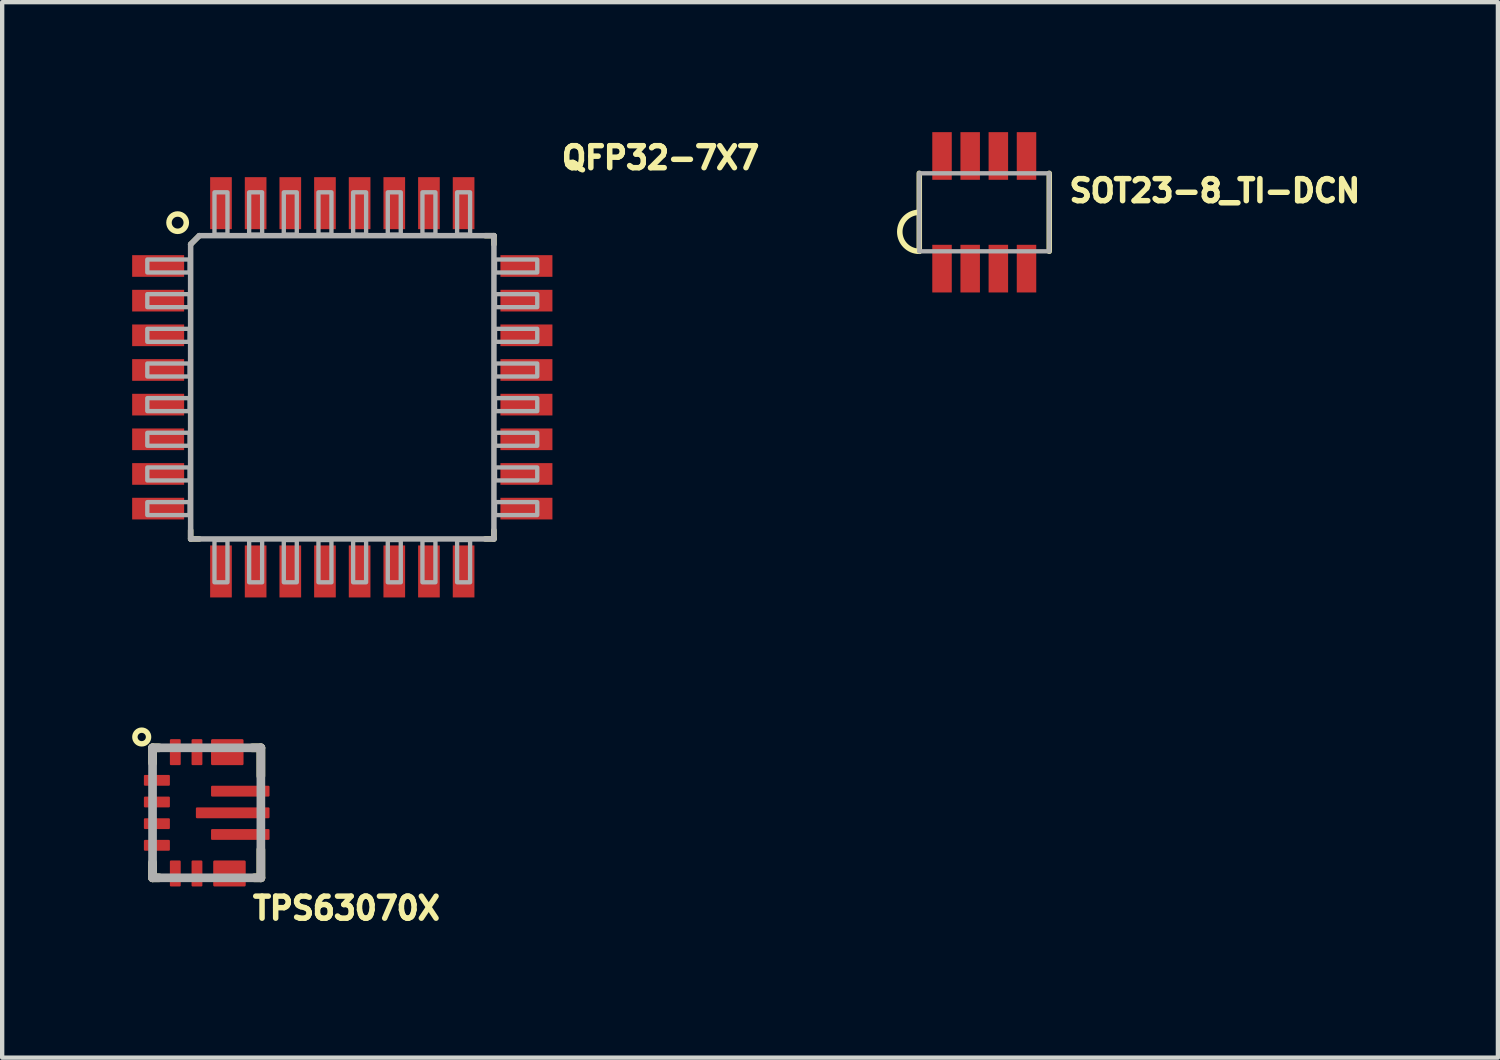
<source format=kicad_pcb>
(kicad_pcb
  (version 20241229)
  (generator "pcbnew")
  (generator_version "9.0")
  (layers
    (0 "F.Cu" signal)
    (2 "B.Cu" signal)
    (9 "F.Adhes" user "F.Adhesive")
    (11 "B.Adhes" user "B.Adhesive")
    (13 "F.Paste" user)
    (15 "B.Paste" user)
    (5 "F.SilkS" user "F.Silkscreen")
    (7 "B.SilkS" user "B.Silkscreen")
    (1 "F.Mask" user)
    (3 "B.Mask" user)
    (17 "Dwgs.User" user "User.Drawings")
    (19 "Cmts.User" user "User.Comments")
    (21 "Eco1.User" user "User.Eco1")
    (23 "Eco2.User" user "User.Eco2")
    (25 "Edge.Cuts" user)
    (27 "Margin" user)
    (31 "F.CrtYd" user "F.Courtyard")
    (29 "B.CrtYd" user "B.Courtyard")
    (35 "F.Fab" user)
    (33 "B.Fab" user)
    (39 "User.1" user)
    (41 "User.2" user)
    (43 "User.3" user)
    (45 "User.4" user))
  (footprint "SOT23-8_TI-DCN"
    (layer "F.Cu")
    (at 19.667 1.85)
    (property "Reference" "SOT23-8_TI-DCN" (at 1.9 -0.2 0) (layer "F.SilkS") (effects (font (size 0.508 0.508) (thickness 0.127)) (justify left bottom)))
    (fp_line (start -1.5 -0.9) (end -1.5 0) (stroke (width 0.127) (type solid)) (layer "F.SilkS"))
    (fp_line (start -1.5 0) (end -1.5 0.9) (stroke (width 0.127) (type solid)) (layer "F.SilkS"))
    (fp_line (start 1.5 -0.9) (end 1.5 0.9) (stroke (width 0.127) (type solid)) (layer "F.SilkS"))
    (fp_arc (start -1.5 0.9) (mid -1.95 0.45) (end -1.5 0) (stroke (width 0.127) (type solid)) (layer "F.SilkS"))
    (fp_line (start -1.5 -0.9) (end -1.5 0.9) (stroke (width 0.1) (type solid)) (layer "F.Fab"))
    (fp_line (start -1.5 0.9) (end 1.5 0.9) (stroke (width 0.1) (type solid)) (layer "F.Fab"))
    (fp_line (start 1.5 -0.9) (end -1.5 -0.9) (stroke (width 0.1) (type solid)) (layer "F.Fab"))
    (fp_line (start 1.5 0.9) (end 1.5 -0.9) (stroke (width 0.1) (type solid)) (layer "F.Fab"))
    (pad "1" smd rect (at -0.975 1.3 90) (size 1.1 0.45) (layers "F.Cu" "F.Mask" "F.Paste"))
    (pad "2" smd rect (at -0.325 1.3 90) (size 1.1 0.45) (layers "F.Cu" "F.Mask" "F.Paste"))
    (pad "3" smd rect (at 0.325 1.3 90) (size 1.1 0.45) (layers "F.Cu" "F.Mask" "F.Paste"))
    (pad "4" smd rect (at 0.975 1.3 90) (size 1.1 0.45) (layers "F.Cu" "F.Mask" "F.Paste"))
    (pad "5" smd rect (at 0.975 -1.3 90) (size 1.1 0.45) (layers "F.Cu" "F.Mask" "F.Paste"))
    (pad "6" smd rect (at 0.325 -1.3 90) (size 1.1 0.45) (layers "F.Cu" "F.Mask" "F.Paste"))
    (pad "7" smd rect (at -0.325 -1.3 90) (size 1.1 0.45) (layers "F.Cu" "F.Mask" "F.Paste"))
    (pad "8" smd rect (at -0.975 -1.3 90) (size 1.1 0.45) (layers "F.Cu" "F.Mask" "F.Paste")))
  (footprint "QFP32-7X7"
    (layer "F.Cu")
    (at 4.85 5.889)
    (property "Reference" "QFP32-7X7" (at 5 -5 0) (layer "F.SilkS") (effects (font (size 0.508 0.508) (thickness 0.127)) (justify left bottom)))
    (fp_line (start -3.5 -3.3) (end -3.3 -3.5) (stroke (width 0.127) (type solid)) (layer "F.SilkS"))
    (fp_line (start -3.5 3.5) (end -3.5 3.3) (stroke (width 0.127) (type solid)) (layer "F.SilkS"))
    (fp_line (start -3.3 3.5) (end -3.5 3.5) (stroke (width 0.127) (type solid)) (layer "F.SilkS"))
    (fp_line (start 3.3 -3.5) (end 3.5 -3.5) (stroke (width 0.127) (type solid)) (layer "F.SilkS"))
    (fp_line (start 3.5 -3.5) (end 3.5 -3.3) (stroke (width 0.127) (type solid)) (layer "F.SilkS"))
    (fp_line (start 3.5 3.3) (end 3.5 3.5) (stroke (width 0.127) (type solid)) (layer "F.SilkS"))
    (fp_line (start 3.5 3.5) (end 3.3 3.5) (stroke (width 0.127) (type solid)) (layer "F.SilkS"))
    (fp_circle (center -3.8 -3.8) (end -3.6 -3.8) (stroke (width 0.127) (type solid)) (fill no) (layer "F.SilkS"))
    (fp_line (start -3.5 -3.3) (end -3.5 3.5) (stroke (width 0.127) (type solid)) (layer "F.Fab"))
    (fp_line (start -3.3 -3.5) (end -3.5 -3.3) (stroke (width 0.127) (type solid)) (layer "F.Fab"))
    (fp_line (start 3.5 -3.5) (end -3.3 -3.5) (stroke (width 0.127) (type solid)) (layer "F.Fab"))
    (fp_line (start 3.5 -3.5) (end 3.5 3.5) (stroke (width 0.127) (type solid)) (layer "F.Fab"))
    (fp_line (start 3.5 3.5) (end -3.5 3.5) (stroke (width 0.127) (type solid)) (layer "F.Fab"))
    (fp_poly (pts (xy -4.5 -2.65) (xy -3.525 -2.65) (xy -3.525 -2.95) (xy -4.5 -2.95)) (stroke (width 0.1) (type solid)) (fill no) (layer "F.Fab"))
    (fp_poly (pts (xy -4.5 -1.85) (xy -3.525 -1.85) (xy -3.525 -2.15) (xy -4.5 -2.15)) (stroke (width 0.1) (type solid)) (fill no) (layer "F.Fab"))
    (fp_poly (pts (xy -4.5 -1.05) (xy -3.525 -1.05) (xy -3.525 -1.35) (xy -4.5 -1.35)) (stroke (width 0.1) (type solid)) (fill no) (layer "F.Fab"))
    (fp_poly (pts (xy -4.5 -0.25) (xy -3.525 -0.25) (xy -3.525 -0.55) (xy -4.5 -0.55)) (stroke (width 0.1) (type solid)) (fill no) (layer "F.Fab"))
    (fp_poly (pts (xy -4.5 0.55) (xy -3.525 0.55) (xy -3.525 0.25) (xy -4.5 0.25)) (stroke (width 0.1) (type solid)) (fill no) (layer "F.Fab"))
    (fp_poly (pts (xy -4.5 1.35) (xy -3.525 1.35) (xy -3.525 1.05) (xy -4.5 1.05)) (stroke (width 0.1) (type solid)) (fill no) (layer "F.Fab"))
    (fp_poly (pts (xy -4.5 2.15) (xy -3.525 2.15) (xy -3.525 1.85) (xy -4.5 1.85)) (stroke (width 0.1) (type solid)) (fill no) (layer "F.Fab"))
    (fp_poly (pts (xy -4.5 2.95) (xy -3.525 2.95) (xy -3.525 2.65) (xy -4.5 2.65)) (stroke (width 0.1) (type solid)) (fill no) (layer "F.Fab"))
    (fp_poly (pts (xy -2.95 -4.5) (xy -2.95 -3.525) (xy -2.65 -3.525) (xy -2.65 -4.5)) (stroke (width 0.1) (type solid)) (fill no) (layer "F.Fab"))
    (fp_poly (pts (xy -2.65 4.5) (xy -2.65 3.525) (xy -2.95 3.525) (xy -2.95 4.5)) (stroke (width 0.1) (type solid)) (fill no) (layer "F.Fab"))
    (fp_poly (pts (xy -2.15 -4.5) (xy -2.15 -3.525) (xy -1.85 -3.525) (xy -1.85 -4.5)) (stroke (width 0.1) (type solid)) (fill no) (layer "F.Fab"))
    (fp_poly (pts (xy -1.85 4.5) (xy -1.85 3.525) (xy -2.15 3.525) (xy -2.15 4.5)) (stroke (width 0.1) (type solid)) (fill no) (layer "F.Fab"))
    (fp_poly (pts (xy -1.35 -4.5) (xy -1.35 -3.525) (xy -1.05 -3.525) (xy -1.05 -4.5)) (stroke (width 0.1) (type solid)) (fill no) (layer "F.Fab"))
    (fp_poly (pts (xy -1.05 4.5) (xy -1.05 3.525) (xy -1.35 3.525) (xy -1.35 4.5)) (stroke (width 0.1) (type solid)) (fill no) (layer "F.Fab"))
    (fp_poly (pts (xy -0.55 -4.5) (xy -0.55 -3.525) (xy -0.25 -3.525) (xy -0.25 -4.5)) (stroke (width 0.1) (type solid)) (fill no) (layer "F.Fab"))
    (fp_poly (pts (xy -0.25 4.5) (xy -0.25 3.525) (xy -0.55 3.525) (xy -0.55 4.5)) (stroke (width 0.1) (type solid)) (fill no) (layer "F.Fab"))
    (fp_poly (pts (xy 0.25 -4.5) (xy 0.25 -3.525) (xy 0.55 -3.525) (xy 0.55 -4.5)) (stroke (width 0.1) (type solid)) (fill no) (layer "F.Fab"))
    (fp_poly (pts (xy 0.55 4.5) (xy 0.55 3.525) (xy 0.25 3.525) (xy 0.25 4.5)) (stroke (width 0.1) (type solid)) (fill no) (layer "F.Fab"))
    (fp_poly (pts (xy 1.05 -4.5) (xy 1.05 -3.525) (xy 1.35 -3.525) (xy 1.35 -4.5)) (stroke (width 0.1) (type solid)) (fill no) (layer "F.Fab"))
    (fp_poly (pts (xy 1.35 4.5) (xy 1.35 3.525) (xy 1.05 3.525) (xy 1.05 4.5)) (stroke (width 0.1) (type solid)) (fill no) (layer "F.Fab"))
    (fp_poly (pts (xy 1.85 -4.5) (xy 1.85 -3.525) (xy 2.15 -3.525) (xy 2.15 -4.5)) (stroke (width 0.1) (type solid)) (fill no) (layer "F.Fab"))
    (fp_poly (pts (xy 2.15 4.5) (xy 2.15 3.525) (xy 1.85 3.525) (xy 1.85 4.5)) (stroke (width 0.1) (type solid)) (fill no) (layer "F.Fab"))
    (fp_poly (pts (xy 2.65 -4.5) (xy 2.65 -3.525) (xy 2.95 -3.525) (xy 2.95 -4.5)) (stroke (width 0.1) (type solid)) (fill no) (layer "F.Fab"))
    (fp_poly (pts (xy 2.95 4.5) (xy 2.95 3.525) (xy 2.65 3.525) (xy 2.65 4.5)) (stroke (width 0.1) (type solid)) (fill no) (layer "F.Fab"))
    (fp_poly (pts (xy 4.5 -2.95) (xy 3.525 -2.95) (xy 3.525 -2.65) (xy 4.5 -2.65)) (stroke (width 0.1) (type solid)) (fill no) (layer "F.Fab"))
    (fp_poly (pts (xy 4.5 -2.15) (xy 3.525 -2.15) (xy 3.525 -1.85) (xy 4.5 -1.85)) (stroke (width 0.1) (type solid)) (fill no) (layer "F.Fab"))
    (fp_poly (pts (xy 4.5 -1.35) (xy 3.525 -1.35) (xy 3.525 -1.05) (xy 4.5 -1.05)) (stroke (width 0.1) (type solid)) (fill no) (layer "F.Fab"))
    (fp_poly (pts (xy 4.5 -0.55) (xy 3.525 -0.55) (xy 3.525 -0.25) (xy 4.5 -0.25)) (stroke (width 0.1) (type solid)) (fill no) (layer "F.Fab"))
    (fp_poly (pts (xy 4.5 0.25) (xy 3.525 0.25) (xy 3.525 0.55) (xy 4.5 0.55)) (stroke (width 0.1) (type solid)) (fill no) (layer "F.Fab"))
    (fp_poly (pts (xy 4.5 1.05) (xy 3.525 1.05) (xy 3.525 1.35) (xy 4.5 1.35)) (stroke (width 0.1) (type solid)) (fill no) (layer "F.Fab"))
    (fp_poly (pts (xy 4.5 1.85) (xy 3.525 1.85) (xy 3.525 2.15) (xy 4.5 2.15)) (stroke (width 0.1) (type solid)) (fill no) (layer "F.Fab"))
    (fp_poly (pts (xy 4.5 2.65) (xy 3.525 2.65) (xy 3.525 2.95) (xy 4.5 2.95)) (stroke (width 0.1) (type solid)) (fill no) (layer "F.Fab"))
    (pad "1" smd rect (at -4.25 -2.8 270) (size 0.5 1.2) (layers "F.Cu" "F.Mask" "F.Paste"))
    (pad "2" smd rect (at -4.25 -2 270) (size 0.5 1.2) (layers "F.Cu" "F.Mask" "F.Paste"))
    (pad "3" smd rect (at -4.25 -1.2 270) (size 0.5 1.2) (layers "F.Cu" "F.Mask" "F.Paste"))
    (pad "4" smd rect (at -4.25 -0.4 270) (size 0.5 1.2) (layers "F.Cu" "F.Mask" "F.Paste"))
    (pad "5" smd rect (at -4.25 0.4 270) (size 0.5 1.2) (layers "F.Cu" "F.Mask" "F.Paste"))
    (pad "6" smd rect (at -4.25 1.2 270) (size 0.5 1.2) (layers "F.Cu" "F.Mask" "F.Paste"))
    (pad "7" smd rect (at -4.25 2 270) (size 0.5 1.2) (layers "F.Cu" "F.Mask" "F.Paste"))
    (pad "8" smd rect (at -4.25 2.8 90) (size 0.5 1.2) (layers "F.Cu" "F.Mask" "F.Paste"))
    (pad "9" smd rect (at -2.8 4.25 270) (size 1.2 0.5) (layers "F.Cu" "F.Mask" "F.Paste"))
    (pad "10" smd rect (at -2 4.25 270) (size 1.2 0.5) (layers "F.Cu" "F.Mask" "F.Paste"))
    (pad "11" smd rect (at -1.2 4.25 270) (size 1.2 0.5) (layers "F.Cu" "F.Mask" "F.Paste"))
    (pad "12" smd rect (at -0.4 4.25 270) (size 1.2 0.5) (layers "F.Cu" "F.Mask" "F.Paste"))
    (pad "13" smd rect (at 0.4 4.25 270) (size 1.2 0.5) (layers "F.Cu" "F.Mask" "F.Paste"))
    (pad "14" smd rect (at 1.2 4.25 270) (size 1.2 0.5) (layers "F.Cu" "F.Mask" "F.Paste"))
    (pad "15" smd rect (at 2 4.25 270) (size 1.2 0.5) (layers "F.Cu" "F.Mask" "F.Paste"))
    (pad "16" smd rect (at 2.8 4.25 270) (size 1.2 0.5) (layers "F.Cu" "F.Mask" "F.Paste"))
    (pad "17" smd rect (at 4.25 2.8 270) (size 0.5 1.2) (layers "F.Cu" "F.Mask" "F.Paste"))
    (pad "18" smd rect (at 4.25 2 270) (size 0.5 1.2) (layers "F.Cu" "F.Mask" "F.Paste"))
    (pad "19" smd rect (at 4.25 1.2 270) (size 0.5 1.2) (layers "F.Cu" "F.Mask" "F.Paste"))
    (pad "20" smd rect (at 4.25 0.4 270) (size 0.5 1.2) (layers "F.Cu" "F.Mask" "F.Paste"))
    (pad "21" smd rect (at 4.25 -0.4 270) (size 0.5 1.2) (layers "F.Cu" "F.Mask" "F.Paste"))
    (pad "22" smd rect (at 4.25 -1.2 270) (size 0.5 1.2) (layers "F.Cu" "F.Mask" "F.Paste"))
    (pad "23" smd rect (at 4.25 -2 270) (size 0.5 1.2) (layers "F.Cu" "F.Mask" "F.Paste"))
    (pad "24" smd rect (at 4.25 -2.8 270) (size 0.5 1.2) (layers "F.Cu" "F.Mask" "F.Paste"))
    (pad "25" smd rect (at 2.8 -4.25 270) (size 1.2 0.5) (layers "F.Cu" "F.Mask" "F.Paste"))
    (pad "26" smd rect (at 2 -4.25 270) (size 1.2 0.5) (layers "F.Cu" "F.Mask" "F.Paste"))
    (pad "27" smd rect (at 1.2 -4.25 270) (size 1.2 0.5) (layers "F.Cu" "F.Mask" "F.Paste"))
    (pad "28" smd rect (at 0.4 -4.25 270) (size 1.2 0.5) (layers "F.Cu" "F.Mask" "F.Paste"))
    (pad "29" smd rect (at -0.4 -4.25 270) (size 1.2 0.5) (layers "F.Cu" "F.Mask" "F.Paste"))
    (pad "30" smd rect (at -1.2 -4.25 270) (size 1.2 0.5) (layers "F.Cu" "F.Mask" "F.Paste"))
    (pad "31" smd rect (at -2 -4.25 270) (size 1.2 0.5) (layers "F.Cu" "F.Mask" "F.Paste"))
    (pad "32" smd rect (at -2.8 -4.25 270) (size 1.2 0.5) (layers "F.Cu" "F.Mask" "F.Paste")))
  (footprint "TPS63070X"
    (layer "F.Cu")
    (at 1.721 15.71)
    (property "Reference" "TPS63070X" (at 1 2.5 0) (layer "F.SilkS") (effects (font (size 0.508 0.508) (thickness 0.127)) (justify left bottom)))
    (fp_poly (pts (xy -0.8 -0.575) (xy -1.5 -0.575) (xy -1.5 -0.925) (xy -0.8 -0.925)) (stroke (width 0) (type solid)) (fill yes) (layer "F.Mask"))
    (fp_poly (pts (xy -0.8 -0.075) (xy -1.5 -0.075) (xy -1.5 -0.425) (xy -0.8 -0.425)) (stroke (width 0) (type solid)) (fill yes) (layer "F.Mask"))
    (fp_poly (pts (xy -0.8 0.425) (xy -1.5 0.425) (xy -1.5 0.075) (xy -0.8 0.075)) (stroke (width 0) (type solid)) (fill yes) (layer "F.Mask"))
    (fp_poly (pts (xy -0.8 0.925) (xy -1.5 0.925) (xy -1.5 0.575) (xy -0.8 0.575)) (stroke (width 0) (type solid)) (fill yes) (layer "F.Mask"))
    (fp_poly (pts (xy -0.55 -1.05) (xy -0.9 -1.05) (xy -0.9 -1.75) (xy -0.55 -1.75)) (stroke (width 0) (type solid)) (fill yes) (layer "F.Mask"))
    (fp_poly (pts (xy -0.55 1.75) (xy -0.9 1.75) (xy -0.9 1.05) (xy -0.55 1.05)) (stroke (width 0) (type solid)) (fill yes) (layer "F.Mask"))
    (fp_poly (pts (xy -0.05 -1.05) (xy -0.4 -1.05) (xy -0.4 -1.75) (xy -0.05 -1.75)) (stroke (width 0) (type solid)) (fill yes) (layer "F.Mask"))
    (fp_poly (pts (xy -0.05 1.75) (xy -0.4 1.75) (xy -0.4 1.05) (xy -0.05 1.05)) (stroke (width 0) (type solid)) (fill yes) (layer "F.Mask"))
    (fp_poly (pts (xy 1.45 -0.375) (xy 0.1 -0.375) (xy 0.1 -0.625) (xy 1.45 -0.625)) (stroke (width 0) (type solid)) (fill yes) (layer "F.Mask"))
    (fp_poly (pts (xy 1.45 0.125) (xy -0.25 0.125) (xy -0.25 -0.125) (xy 1.45 -0.125)) (stroke (width 0) (type solid)) (fill yes) (layer "F.Mask"))
    (fp_poly (pts (xy 1.45 0.625) (xy 0.1 0.625) (xy 0.1 0.375) (xy 1.45 0.375)) (stroke (width 0) (type solid)) (fill yes) (layer "F.Mask"))
    (fp_poly (pts (xy 0.35 -1.35) (xy 0.6 -1.35) (xy 0.6 -1.7) (xy 0.85 -1.7) (xy 0.85 -1.1) (xy 0.1 -1.1) (xy 0.1 -1.7) (xy 0.35 -1.7)) (stroke (width 0) (type solid)) (fill yes) (layer "F.Mask"))
    (fp_poly (pts (xy 0.9 1.7) (xy 0.65 1.7) (xy 0.65 1.35) (xy 0.4 1.35) (xy 0.4 1.7) (xy 0.15 1.7) (xy 0.15 1.1) (xy 0.9 1.1)) (stroke (width 0) (type solid)) (fill yes) (layer "F.Mask"))
    (fp_line (start -1.25 -1.5) (end -1.25 -1.15) (stroke (width 0.2) (type solid)) (layer "F.SilkS"))
    (fp_line (start -1.25 1.15) (end -1.25 1.5) (stroke (width 0.2) (type solid)) (layer "F.SilkS"))
    (fp_line (start -1.25 1.5) (end -1.1 1.5) (stroke (width 0.2) (type solid)) (layer "F.SilkS"))
    (fp_line (start -1.1 -1.5) (end -1.25 -1.5) (stroke (width 0.2) (type solid)) (layer "F.SilkS"))
    (fp_line (start 1.1 1.5) (end 1.25 1.5) (stroke (width 0.2) (type solid)) (layer "F.SilkS"))
    (fp_line (start 1.25 -1.5) (end 1.05 -1.5) (stroke (width 0.2) (type solid)) (layer "F.SilkS"))
    (fp_line (start 1.25 -0.85) (end 1.25 -1.5) (stroke (width 0.2) (type solid)) (layer "F.SilkS"))
    (fp_line (start 1.25 1.5) (end 1.25 0.85) (stroke (width 0.2) (type solid)) (layer "F.SilkS"))
    (fp_circle (center -1.5 -1.75) (end -1.342 -1.75) (stroke (width 0.125) (type solid)) (fill no) (layer "F.SilkS"))
    (fp_poly (pts (xy 0.5 0.125) (xy -0.225 0.125) (xy -0.225 -0.125) (xy 0.5 -0.125)) (stroke (width 0) (type solid)) (fill yes) (layer "F.Paste"))
    (fp_poly (pts (xy 0.675 -0.375) (xy 0.1 -0.375) (xy 0.1 -0.625) (xy 0.675 -0.625)) (stroke (width 0) (type solid)) (fill yes) (layer "F.Paste"))
    (fp_poly (pts (xy 0.675 0.625) (xy 0.1 0.625) (xy 0.1 0.375) (xy 0.675 0.375)) (stroke (width 0) (type solid)) (fill yes) (layer "F.Paste"))
    (fp_poly (pts (xy 1.425 0.125) (xy 0.7 0.125) (xy 0.7 -0.125) (xy 1.425 -0.125)) (stroke (width 0) (type solid)) (fill yes) (layer "F.Paste"))
    (fp_poly (pts (xy 1.45 -0.375) (xy 0.875 -0.375) (xy 0.875 -0.625) (xy 1.45 -0.625)) (stroke (width 0) (type solid)) (fill yes) (layer "F.Paste"))
    (fp_poly (pts (xy 1.45 0.625) (xy 0.875 0.625) (xy 0.875 0.375) (xy 1.45 0.375)) (stroke (width 0) (type solid)) (fill yes) (layer "F.Paste"))
    (fp_poly (pts (xy 0.35 -1.35) (xy 0.6 -1.35) (xy 0.6 -1.7) (xy 0.85 -1.7) (xy 0.85 -1.1) (xy 0.1 -1.1) (xy 0.1 -1.7) (xy 0.35 -1.7)) (stroke (width 0) (type solid)) (fill yes) (layer "F.Paste"))
    (fp_poly (pts (xy 0.9 1.7) (xy 0.65 1.7) (xy 0.65 1.35) (xy 0.4 1.35) (xy 0.4 1.7) (xy 0.15 1.7) (xy 0.15 1.1) (xy 0.9 1.1)) (stroke (width 0) (type solid)) (fill yes) (layer "F.Paste"))
    (fp_line (start -1.25 -1.5) (end 1.25 -1.5) (stroke (width 0.2) (type solid)) (layer "F.Fab"))
    (fp_line (start -1.25 1.5) (end -1.25 -1.5) (stroke (width 0.2) (type solid)) (layer "F.Fab"))
    (fp_line (start 1.25 -1.5) (end 1.25 1.5) (stroke (width 0.2) (type solid)) (layer "F.Fab"))
    (fp_line (start 1.25 1.5) (end -1.25 1.5) (stroke (width 0.2) (type solid)) (layer "F.Fab"))
    (pad "1" smd roundrect (at -1.15 -0.75 90) (size 0.25 0.6) (layers "F.Cu" "F.Paste") (roundrect_rratio 0.1))
    (pad "2" smd roundrect (at -1.15 -0.25 90) (size 0.25 0.6) (layers "F.Cu" "F.Paste") (roundrect_rratio 0.1))
    (pad "3" smd roundrect (at -1.15 0.25 90) (size 0.25 0.6) (layers "F.Cu" "F.Paste") (roundrect_rratio 0.1))
    (pad "4" smd roundrect (at -1.15 0.75 90) (size 0.25 0.6) (layers "F.Cu" "F.Paste") (roundrect_rratio 0.1))
    (pad "5" smd roundrect (at -0.725 1.4 180) (size 0.25 0.6) (layers "F.Cu" "F.Paste") (roundrect_rratio 0.1))
    (pad "6" smd roundrect (at -0.225 1.4 180) (size 0.25 0.6) (layers "F.Cu" "F.Paste") (roundrect_rratio 0.1))
    (pad "7-8" smd roundrect (at 0.525 1.4) (size 0.75 0.6) (layers "F.Cu") (roundrect_rratio 0.05))
    (pad "9" smd roundrect (at 0.775 0.5 270) (size 0.25 1.35) (layers "F.Cu") (roundrect_rratio 0.1))
    (pad "10" smd roundrect (at 0.6 0 270) (size 0.25 1.7) (layers "F.Cu") (roundrect_rratio 0.1))
    (pad "11" smd roundrect (at 0.775 -0.5 270) (size 0.25 1.35) (layers "F.Cu") (roundrect_rratio 0.1))
    (pad "12-13" smd roundrect (at 0.475 -1.4) (size 0.75 0.6) (layers "F.Cu") (roundrect_rratio 0.05))
    (pad "14" smd roundrect (at -0.225 -1.4) (size 0.25 0.6) (layers "F.Cu" "F.Paste") (roundrect_rratio 0.1))
    (pad "15" smd roundrect (at -0.725 -1.4) (size 0.25 0.6) (layers "F.Cu" "F.Paste") (roundrect_rratio 0.1)))
  (gr_rect
    (start -3 -3)
    (end 31.522 21.361)
    (stroke (width 0.1) (type default))
    (fill no)
    (layer "Edge.Cuts")))
</source>
